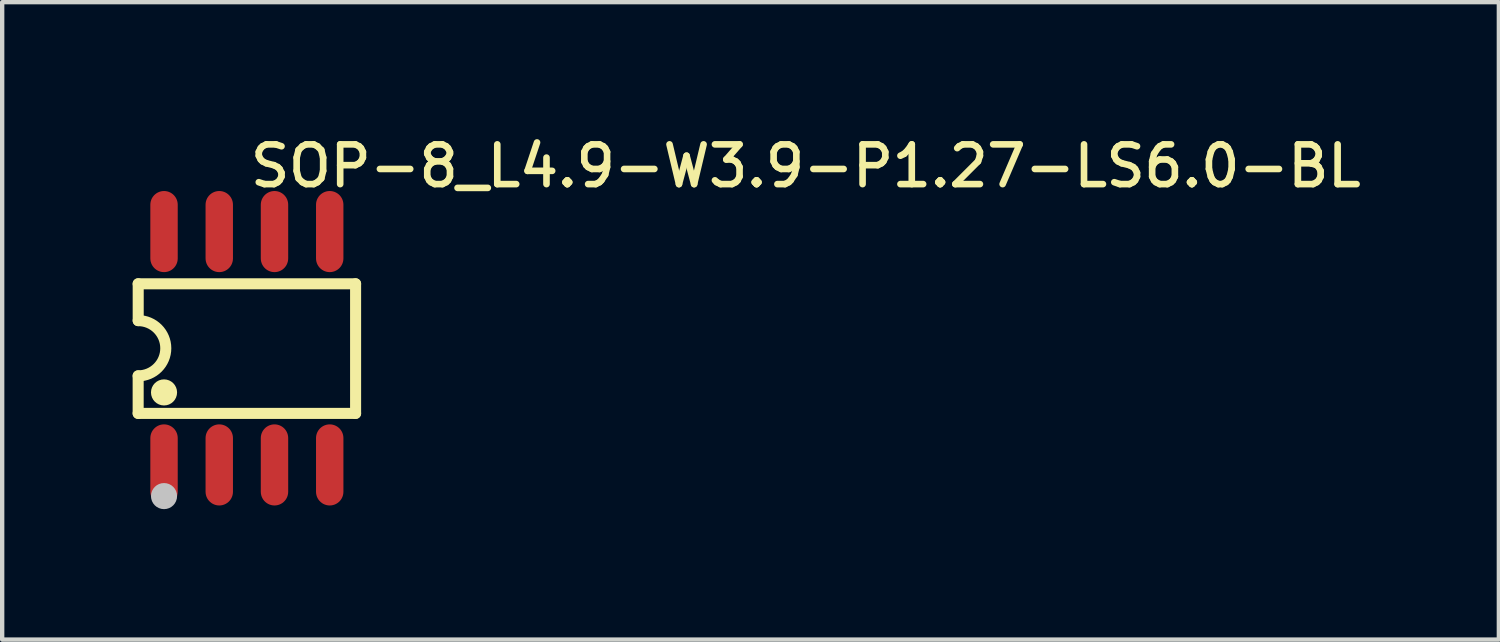
<source format=kicad_pcb>
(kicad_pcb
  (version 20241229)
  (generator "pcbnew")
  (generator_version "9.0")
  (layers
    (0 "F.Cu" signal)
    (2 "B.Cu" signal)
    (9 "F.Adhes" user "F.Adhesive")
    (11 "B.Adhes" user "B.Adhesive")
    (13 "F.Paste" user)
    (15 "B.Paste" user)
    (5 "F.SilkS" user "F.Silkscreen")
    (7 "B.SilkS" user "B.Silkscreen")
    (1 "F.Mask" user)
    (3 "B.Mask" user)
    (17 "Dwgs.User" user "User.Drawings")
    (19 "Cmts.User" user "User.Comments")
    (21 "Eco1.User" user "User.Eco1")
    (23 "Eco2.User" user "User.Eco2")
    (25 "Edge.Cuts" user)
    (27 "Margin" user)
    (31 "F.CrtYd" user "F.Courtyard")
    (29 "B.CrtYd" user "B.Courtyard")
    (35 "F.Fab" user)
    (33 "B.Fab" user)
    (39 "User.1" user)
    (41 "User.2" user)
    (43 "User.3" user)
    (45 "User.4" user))
  (footprint "SOP-8_L4.9-W3.9-P1.27-LS6.0-BL"
    (layer "F.Cu")
    (at 2.627 4.958)
    (property "Reference" "SOP-8_L4.9-W3.9-P1.27-LS6.0-BL" (at 0 -4.724 0) (layer "F.SilkS") (effects (font (size 0.914 0.914) (thickness 0.152)) (justify left top)))
    (fp_line (start -2.5 -1.482) (end 2.5 -1.482) (stroke (width 0.254) (type default)) (layer "F.SilkS"))
    (fp_line (start -2.5 0.635) (end -2.5 1.498) (stroke (width 0.254) (type default)) (layer "F.SilkS"))
    (fp_line (start -2.5 1.498) (end 2.5 1.498) (stroke (width 0.254) (type default)) (layer "F.SilkS"))
    (fp_line (start -2.499 -0.635) (end -2.499 -1.482) (stroke (width 0.254) (type default)) (layer "F.SilkS"))
    (fp_line (start 2.5 1.498) (end 2.5 -1.482) (stroke (width 0.254) (type default)) (layer "F.SilkS"))
    (fp_arc (start -2.4994 -0.635) (mid -1.8647 0.0003) (end -2.5 0.635) (stroke (width 0.254) (type default)) (layer "F.SilkS"))
    (fp_circle (center -1.905 1.016) (end -1.755 1.016) (stroke (width 0.3) (type default)) (fill no) (layer "F.SilkS"))
    (fp_circle (center -1.905 3.4) (end -1.755 3.4) (stroke (width 0.3) (type default)) (fill no) (layer "Dwgs.User"))
    (fp_circle (center -2.45 3) (end -2.42 3) (stroke (width 0.06) (type default)) (fill no) (layer "User.5"))
    (pad "1" smd oval (at -1.905 2.683) (size 0.63 1.865) (layers "F.Cu" "F.Mask" "F.Paste"))
    (pad "2" smd oval (at -0.635 2.683) (size 0.63 1.865) (layers "F.Cu" "F.Mask" "F.Paste"))
    (pad "3" smd oval (at 0.635 2.683) (size 0.63 1.865) (layers "F.Cu" "F.Mask" "F.Paste"))
    (pad "4" smd oval (at 1.905 2.683) (size 0.63 1.865) (layers "F.Cu" "F.Mask" "F.Paste"))
    (pad "5" smd oval (at 1.905 -2.683) (size 0.63 1.865) (layers "F.Cu" "F.Mask" "F.Paste"))
    (pad "6" smd oval (at 0.635 -2.683) (size 0.63 1.865) (layers "F.Cu" "F.Mask" "F.Paste"))
    (pad "7" smd oval (at -0.635 -2.683) (size 0.63 1.865) (layers "F.Cu" "F.Mask" "F.Paste"))
    (pad "8" smd oval (at -1.905 -2.683) (size 0.63 1.865) (layers "F.Cu" "F.Mask" "F.Paste"))
    (zone (net_name "") (layer "User.3") (hatch edge 0.5) (priority 100) (connect_pads yes) (min_thickness 0) (filled_areas_thickness no) (fill yes) (polygon (pts (xy 0.177 6.908) (xy 0.177 3.008) (xy 5.077 3.008) (xy 5.077 6.908))) (filled_polygon (layer "User.3") (island) (pts (xy 0.177 6.908) (xy 0.177 3.008) (xy 5.077 3.008) (xy 5.077 6.908))))
    (zone (net_name "") (layer "User.4") (hatch edge 0.5) (priority 100) (connect_pads) (min_thickness 0) (filled_areas_thickness no) (keepout (tracks allowed) (vias allowed) (pads allowed) (copperpour not_allowed) (footprints allowed)) (placement (enabled no)) (fill) (polygon (pts (xy 0.512 2.725) (xy 0.932 2.725) (xy 0.932 3.015) (xy 0.512 3.015))))
    (zone (net_name "") (layer "User.4") (hatch edge 0.5) (priority 100) (connect_pads yes) (min_thickness 0) (filled_areas_thickness no) (fill yes) (polygon (pts (xy 0.512 2.793) (xy 0.512 1.958) (xy 0.932 1.958) (xy 0.932 2.793))) (filled_polygon (layer "User.4") (island) (pts (xy 0.512 2.793) (xy 0.512 1.958) (xy 0.932 1.958) (xy 0.932 2.793))))
    (zone (net_name "") (layer "User.4") (hatch edge 0.5) (priority 100) (connect_pads yes) (min_thickness 0) (filled_areas_thickness no) (fill yes) (polygon (pts (xy 0.512 7.958) (xy 0.512 7.123) (xy 0.932 7.123) (xy 0.932 7.958))) (filled_polygon (layer "User.4") (island) (pts (xy 0.512 7.958) (xy 0.512 7.123) (xy 0.932 7.123) (xy 0.932 7.958))))
    (zone (net_name "") (layer "User.4") (hatch edge 0.5) (priority 100) (connect_pads) (min_thickness 0) (filled_areas_thickness no) (keepout (tracks allowed) (vias allowed) (pads allowed) (copperpour not_allowed) (footprints allowed)) (placement (enabled no)) (fill) (polygon (pts (xy 0.932 7.19) (xy 0.512 7.19) (xy 0.512 6.9) (xy 0.932 6.9))))
    (zone (net_name "") (layer "User.4") (hatch edge 0.5) (priority 100) (connect_pads) (min_thickness 0) (filled_areas_thickness no) (keepout (tracks allowed) (vias allowed) (pads allowed) (copperpour not_allowed) (footprints allowed)) (placement (enabled no)) (fill) (polygon (pts (xy 1.782 2.725) (xy 2.202 2.725) (xy 2.202 3.015) (xy 1.782 3.015))))
    (zone (net_name "") (layer "User.4") (hatch edge 0.5) (priority 100) (connect_pads yes) (min_thickness 0) (filled_areas_thickness no) (fill yes) (polygon (pts (xy 1.782 2.793) (xy 1.782 1.958) (xy 2.202 1.958) (xy 2.202 2.793))) (filled_polygon (layer "User.4") (island) (pts (xy 1.782 2.793) (xy 1.782 1.958) (xy 2.202 1.958) (xy 2.202 2.793))))
    (zone (net_name "") (layer "User.4") (hatch edge 0.5) (priority 100) (connect_pads yes) (min_thickness 0) (filled_areas_thickness no) (fill yes) (polygon (pts (xy 1.782 7.958) (xy 1.782 7.123) (xy 2.202 7.123) (xy 2.202 7.958))) (filled_polygon (layer "User.4") (island) (pts (xy 1.782 7.958) (xy 1.782 7.123) (xy 2.202 7.123) (xy 2.202 7.958))))
    (zone (net_name "") (layer "User.4") (hatch edge 0.5) (priority 100) (connect_pads) (min_thickness 0) (filled_areas_thickness no) (keepout (tracks allowed) (vias allowed) (pads allowed) (copperpour not_allowed) (footprints allowed)) (placement (enabled no)) (fill) (polygon (pts (xy 2.202 7.19) (xy 1.782 7.19) (xy 1.782 6.9) (xy 2.202 6.9))))
    (zone (net_name "") (layer "User.4") (hatch edge 0.5) (priority 100) (connect_pads) (min_thickness 0) (filled_areas_thickness no) (keepout (tracks allowed) (vias allowed) (pads allowed) (copperpour not_allowed) (footprints allowed)) (placement (enabled no)) (fill) (polygon (pts (xy 3.052 2.725) (xy 3.472 2.725) (xy 3.472 3.015) (xy 3.052 3.015))))
    (zone (net_name "") (layer "User.4") (hatch edge 0.5) (priority 100) (connect_pads yes) (min_thickness 0) (filled_areas_thickness no) (fill yes) (polygon (pts (xy 3.052 2.793) (xy 3.052 1.958) (xy 3.472 1.958) (xy 3.472 2.793))) (filled_polygon (layer "User.4") (island) (pts (xy 3.052 2.793) (xy 3.052 1.958) (xy 3.472 1.958) (xy 3.472 2.793))))
    (zone (net_name "") (layer "User.4") (hatch edge 0.5) (priority 100) (connect_pads yes) (min_thickness 0) (filled_areas_thickness no) (fill yes) (polygon (pts (xy 3.052 7.958) (xy 3.052 7.123) (xy 3.472 7.123) (xy 3.472 7.958))) (filled_polygon (layer "User.4") (island) (pts (xy 3.052 7.958) (xy 3.052 7.123) (xy 3.472 7.123) (xy 3.472 7.958))))
    (zone (net_name "") (layer "User.4") (hatch edge 0.5) (priority 100) (connect_pads) (min_thickness 0) (filled_areas_thickness no) (keepout (tracks allowed) (vias allowed) (pads allowed) (copperpour not_allowed) (footprints allowed)) (placement (enabled no)) (fill) (polygon (pts (xy 3.472 7.19) (xy 3.052 7.19) (xy 3.052 6.9) (xy 3.472 6.9))))
    (zone (net_name "") (layer "User.4") (hatch edge 0.5) (priority 100) (connect_pads) (min_thickness 0) (filled_areas_thickness no) (keepout (tracks allowed) (vias allowed) (pads allowed) (copperpour not_allowed) (footprints allowed)) (placement (enabled no)) (fill) (polygon (pts (xy 4.322 2.725) (xy 4.742 2.725) (xy 4.742 3.015) (xy 4.322 3.015))))
    (zone (net_name "") (layer "User.4") (hatch edge 0.5) (priority 100) (connect_pads yes) (min_thickness 0) (filled_areas_thickness no) (fill yes) (polygon (pts (xy 4.322 2.793) (xy 4.322 1.958) (xy 4.742 1.958) (xy 4.742 2.793))) (filled_polygon (layer "User.4") (island) (pts (xy 4.322 2.793) (xy 4.322 1.958) (xy 4.742 1.958) (xy 4.742 2.793))))
    (zone (net_name "") (layer "User.4") (hatch edge 0.5) (priority 100) (connect_pads yes) (min_thickness 0) (filled_areas_thickness no) (fill yes) (polygon (pts (xy 4.322 7.958) (xy 4.322 7.123) (xy 4.742 7.123) (xy 4.742 7.958))) (filled_polygon (layer "User.4") (island) (pts (xy 4.322 7.958) (xy 4.322 7.123) (xy 4.742 7.123) (xy 4.742 7.958))))
    (zone (net_name "") (layer "User.4") (hatch edge 0.5) (priority 100) (connect_pads) (min_thickness 0) (filled_areas_thickness no) (keepout (tracks allowed) (vias allowed) (pads allowed) (copperpour not_allowed) (footprints allowed)) (placement (enabled no)) (fill) (polygon (pts (xy 4.742 7.19) (xy 4.322 7.19) (xy 4.322 6.9) (xy 4.742 6.9)))))
  (gr_rect
    (start -3 -3)
    (end 31.417 11.658)
    (stroke (width 0.1) (type default))
    (fill no)
    (layer "Edge.Cuts")))
</source>
